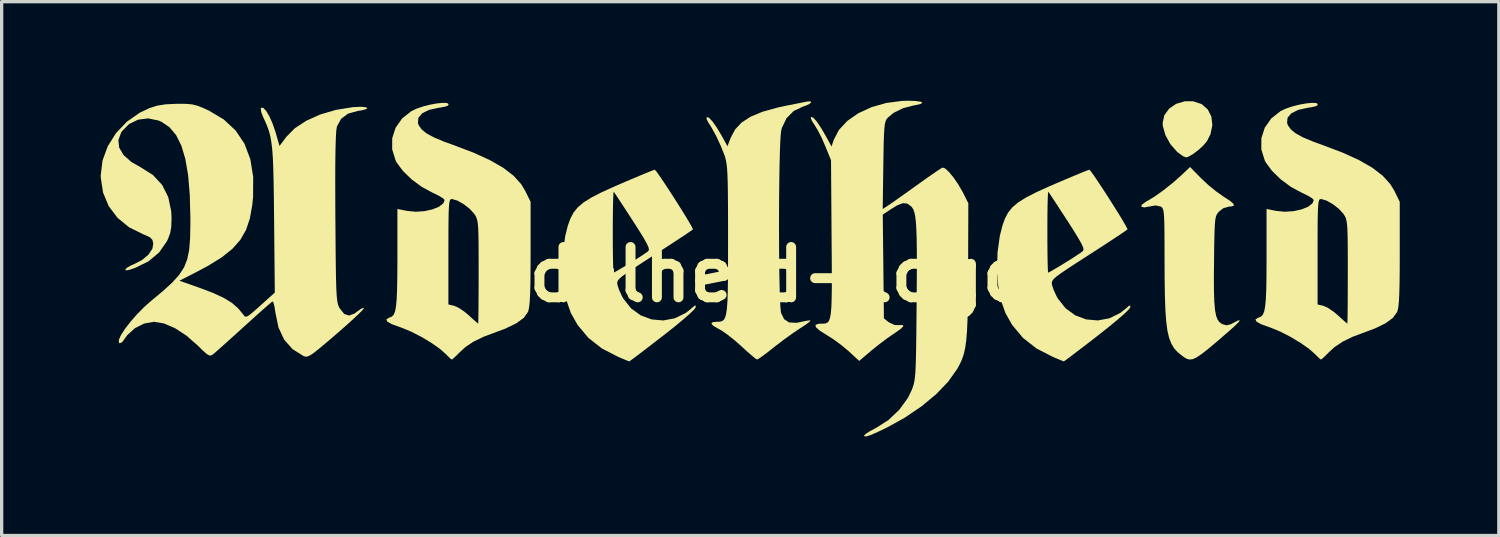
<source format=kicad_pcb>
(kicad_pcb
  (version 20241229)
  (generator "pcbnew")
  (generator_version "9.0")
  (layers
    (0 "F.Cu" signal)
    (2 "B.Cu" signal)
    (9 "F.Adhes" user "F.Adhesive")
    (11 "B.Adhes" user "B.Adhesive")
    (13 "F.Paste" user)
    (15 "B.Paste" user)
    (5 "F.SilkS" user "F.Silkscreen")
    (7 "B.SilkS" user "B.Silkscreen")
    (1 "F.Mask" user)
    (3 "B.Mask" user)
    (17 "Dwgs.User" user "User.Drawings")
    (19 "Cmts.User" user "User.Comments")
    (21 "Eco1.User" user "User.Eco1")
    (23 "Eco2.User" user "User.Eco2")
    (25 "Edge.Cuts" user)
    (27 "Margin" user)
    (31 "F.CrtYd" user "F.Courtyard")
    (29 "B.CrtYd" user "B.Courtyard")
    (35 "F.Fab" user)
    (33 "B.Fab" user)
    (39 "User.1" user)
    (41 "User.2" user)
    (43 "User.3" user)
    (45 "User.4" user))
  (footprint "adelheid-logo"
    (layer "F.Cu")
    (at 19.851 5.263)
    (property "Reference" "adelheid-logo" (at 0 0 0) (layer "F.SilkS") (effects (font (size 1.524 1.524) (thickness 0.3))))
    (attr through_hole)
    (fp_poly (pts (xy 13.479 -5.162) (xy 13.664 -5.002) (xy 13.775 -4.783) (xy 13.806 -4.526) (xy 13.749 -4.251) (xy 13.64 -4.036) (xy 13.531 -3.906) (xy 13.379 -3.768) (xy 13.215 -3.645) (xy 13.074 -3.565) (xy 13.008 -3.547) (xy 12.922 -3.582) (xy 12.794 -3.672) (xy 12.734 -3.721) (xy 12.535 -3.948) (xy 12.385 -4.22) (xy 12.307 -4.494) (xy 12.3 -4.59) (xy 12.352 -4.826) (xy 12.496 -5.024) (xy 12.709 -5.169) (xy 12.972 -5.246) (xy 13.227 -5.246)) (stroke (width 0) (type solid)) (fill yes) (layer "F.SilkS"))
    (fp_poly (pts (xy 13.465 -2.915) (xy 13.676 -2.718) (xy 13.914 -2.523) (xy 14.128 -2.371) (xy 14.137 -2.365) (xy 14.342 -2.231) (xy 14.446 -2.139) (xy 14.454 -2.084) (xy 14.367 -2.061) (xy 14.312 -2.059) (xy 14.134 -2.008) (xy 14.011 -1.912) (xy 13.968 -1.863) (xy 13.934 -1.81) (xy 13.909 -1.739) (xy 13.891 -1.635) (xy 13.879 -1.482) (xy 13.87 -1.266) (xy 13.863 -0.971) (xy 13.858 -0.583) (xy 13.856 -0.398) (xy 13.851 0.11) (xy 13.854 0.517) (xy 13.865 0.833) (xy 13.886 1.073) (xy 13.919 1.247) (xy 13.965 1.367) (xy 14.026 1.447) (xy 14.104 1.499) (xy 14.11 1.502) (xy 14.238 1.537) (xy 14.364 1.504) (xy 14.427 1.471) (xy 14.577 1.392) (xy 14.636 1.381) (xy 14.603 1.437) (xy 14.478 1.562) (xy 14.287 1.732) (xy 13.951 2.022) (xy 13.687 2.244) (xy 13.485 2.403) (xy 13.331 2.506) (xy 13.212 2.561) (xy 13.115 2.573) (xy 13.029 2.549) (xy 12.94 2.496) (xy 12.886 2.457) (xy 12.757 2.352) (xy 12.65 2.235) (xy 12.564 2.094) (xy 12.497 1.92) (xy 12.445 1.699) (xy 12.408 1.42) (xy 12.383 1.072) (xy 12.368 0.642) (xy 12.36 0.12) (xy 12.358 -0.413) (xy 12.357 -0.88) (xy 12.355 -1.246) (xy 12.352 -1.524) (xy 12.345 -1.726) (xy 12.334 -1.866) (xy 12.318 -1.957) (xy 12.297 -2.011) (xy 12.269 -2.043) (xy 12.242 -2.06) (xy 12.089 -2.093) (xy 11.914 -2.063) (xy 11.739 -2.033) (xy 11.655 -2.054) (xy 11.67 -2.115) (xy 11.79 -2.204) (xy 11.825 -2.222) (xy 12.049 -2.357) (xy 12.32 -2.549) (xy 12.605 -2.775) (xy 12.871 -3.01) (xy 12.901 -3.038) (xy 13.13 -3.257)) (stroke (width 0) (type solid)) (fill yes) (layer "F.SilkS"))
    (fp_poly (pts (xy 1.66 -5.217) (xy 1.606 -5.166) (xy 1.49 -5.111) (xy 1.419 -5.089) (xy 1.132 -4.955) (xy 0.913 -4.735) (xy 0.772 -4.441) (xy 0.751 -4.358) (xy 0.736 -4.227) (xy 0.722 -3.998) (xy 0.711 -3.686) (xy 0.701 -3.307) (xy 0.694 -2.874) (xy 0.689 -2.403) (xy 0.686 -1.909) (xy 0.685 -1.405) (xy 0.687 -0.908) (xy 0.69 -0.431) (xy 0.696 0.011) (xy 0.704 0.403) (xy 0.714 0.73) (xy 0.727 0.978) (xy 0.741 1.131) (xy 0.747 1.161) (xy 0.839 1.35) (xy 0.99 1.449) (xy 1.209 1.461) (xy 1.364 1.431) (xy 1.52 1.398) (xy 1.621 1.387) (xy 1.639 1.391) (xy 1.606 1.431) (xy 1.498 1.513) (xy 1.335 1.621) (xy 1.303 1.641) (xy 1.089 1.785) (xy 0.833 1.97) (xy 0.58 2.162) (xy 0.506 2.221) (xy 0.315 2.371) (xy 0.156 2.489) (xy 0.05 2.559) (xy 0.02 2.572) (xy -0.04 2.534) (xy -0.162 2.433) (xy -0.327 2.288) (xy -0.453 2.171) (xy -0.664 1.986) (xy -0.876 1.818) (xy -1.056 1.693) (xy -1.126 1.654) (xy -1.298 1.557) (xy -1.364 1.485) (xy -1.323 1.442) (xy -1.205 1.43) (xy -1.121 1.428) (xy -1.053 1.415) (xy -0.997 1.381) (xy -0.953 1.317) (xy -0.92 1.211) (xy -0.895 1.055) (xy -0.878 0.838) (xy -0.867 0.55) (xy -0.861 0.181) (xy -0.859 -0.279) (xy -0.858 -0.84) (xy -0.858 -1.062) (xy -0.858 -1.635) (xy -0.86 -2.105) (xy -0.863 -2.485) (xy -0.868 -2.786) (xy -0.876 -3.022) (xy -0.887 -3.204) (xy -0.902 -3.344) (xy -0.921 -3.454) (xy -0.944 -3.547) (xy -0.965 -3.611) (xy -1.077 -3.894) (xy -1.217 -4.194) (xy -1.365 -4.464) (xy -1.462 -4.614) (xy -1.511 -4.715) (xy -1.5 -4.769) (xy -1.434 -4.747) (xy -1.329 -4.635) (xy -1.197 -4.448) (xy -1.048 -4.199) (xy -1.026 -4.159) (xy -0.876 -3.885) (xy -0.778 -4.141) (xy -0.645 -4.392) (xy -0.448 -4.603) (xy -0.175 -4.78) (xy 0.183 -4.929) (xy 0.638 -5.056) (xy 0.944 -5.121) (xy 1.176 -5.167) (xy 1.379 -5.207) (xy 1.514 -5.234) (xy 1.53 -5.238) (xy 1.639 -5.246)) (stroke (width 0) (type solid)) (fill yes) (layer "F.SilkS"))
    (fp_poly (pts (xy -3.034 -3.129) (xy -2.944 -3.005) (xy -2.818 -2.819) (xy -2.667 -2.592) (xy -2.505 -2.341) (xy -2.342 -2.085) (xy -2.191 -1.843) (xy -2.063 -1.632) (xy -1.97 -1.472) (xy -1.924 -1.381) (xy -1.922 -1.368) (xy -1.973 -1.329) (xy -2.108 -1.237) (xy -2.311 -1.102) (xy -2.571 -0.932) (xy -2.873 -0.735) (xy -3.09 -0.596) (xy -3.451 -0.363) (xy -3.727 -0.183) (xy -3.929 -0.046) (xy -4.067 0.055) (xy -4.154 0.132) (xy -4.199 0.191) (xy -4.214 0.243) (xy -4.21 0.295) (xy -4.207 0.311) (xy -4.158 0.463) (xy -4.072 0.649) (xy -4.031 0.724) (xy -3.796 1.022) (xy -3.503 1.235) (xy -3.171 1.358) (xy -2.82 1.389) (xy -2.471 1.325) (xy -2.141 1.163) (xy -1.982 1.037) (xy -1.879 0.948) (xy -1.837 0.936) (xy -1.839 0.996) (xy -1.839 0.996) (xy -1.889 1.063) (xy -2.018 1.187) (xy -2.212 1.357) (xy -2.459 1.562) (xy -2.746 1.79) (xy -2.847 1.868) (xy -3.136 2.091) (xy -3.392 2.288) (xy -3.604 2.449) (xy -3.757 2.564) (xy -3.838 2.623) (xy -3.848 2.629) (xy -3.904 2.608) (xy -4.034 2.555) (xy -4.176 2.496) (xy -4.677 2.238) (xy -5.086 1.917) (xy -5.414 1.525) (xy -5.617 1.164) (xy -5.751 0.782) (xy -5.836 0.328) (xy -5.871 -0.169) (xy -5.855 -0.678) (xy -5.787 -1.168) (xy -5.755 -1.297) (xy -4.348 -1.297) (xy -4.347 -0.934) (xy -4.344 -0.613) (xy -4.339 -0.351) (xy -4.333 -0.163) (xy -4.327 -0.067) (xy -4.324 -0.057) (xy -4.268 -0.085) (xy -4.137 -0.161) (xy -3.953 -0.27) (xy -3.823 -0.35) (xy -3.61 -0.483) (xy -3.428 -0.601) (xy -3.305 -0.686) (xy -3.271 -0.714) (xy -3.253 -0.755) (xy -3.268 -0.829) (xy -3.323 -0.948) (xy -3.423 -1.125) (xy -3.577 -1.373) (xy -3.744 -1.633) (xy -3.923 -1.909) (xy -4.081 -2.151) (xy -4.207 -2.342) (xy -4.29 -2.467) (xy -4.32 -2.509) (xy -4.328 -2.463) (xy -4.335 -2.318) (xy -4.341 -2.091) (xy -4.345 -1.797) (xy -4.348 -1.453) (xy -4.348 -1.297) (xy -5.755 -1.297) (xy -5.71 -1.479) (xy -5.632 -1.694) (xy -5.536 -1.876) (xy -5.407 -2.036) (xy -5.231 -2.185) (xy -4.994 -2.333) (xy -4.682 -2.493) (xy -4.281 -2.675) (xy -4.117 -2.746) (xy -3.803 -2.88) (xy -3.525 -2.997) (xy -3.3 -3.09) (xy -3.145 -3.151) (xy -3.078 -3.175) (xy -3.077 -3.175)) (stroke (width 0) (type solid)) (fill yes) (layer "F.SilkS"))
    (fp_poly (pts (xy 10.123 -3.129) (xy 10.214 -3.005) (xy 10.34 -2.819) (xy 10.49 -2.592) (xy 10.653 -2.341) (xy 10.815 -2.085) (xy 10.967 -1.843) (xy 11.095 -1.632) (xy 11.187 -1.472) (xy 11.233 -1.381) (xy 11.236 -1.368) (xy 11.184 -1.329) (xy 11.05 -1.237) (xy 10.846 -1.102) (xy 10.587 -0.932) (xy 10.285 -0.735) (xy 10.068 -0.596) (xy 9.706 -0.363) (xy 9.43 -0.183) (xy 9.229 -0.046) (xy 9.09 0.055) (xy 9.004 0.132) (xy 8.959 0.191) (xy 8.944 0.243) (xy 8.948 0.295) (xy 8.95 0.311) (xy 9 0.463) (xy 9.085 0.649) (xy 9.126 0.724) (xy 9.362 1.022) (xy 9.655 1.235) (xy 9.987 1.358) (xy 10.337 1.389) (xy 10.687 1.325) (xy 11.016 1.163) (xy 11.176 1.037) (xy 11.279 0.948) (xy 11.32 0.936) (xy 11.319 0.996) (xy 11.319 0.996) (xy 11.269 1.063) (xy 11.14 1.187) (xy 10.946 1.357) (xy 10.698 1.562) (xy 10.411 1.79) (xy 10.311 1.868) (xy 10.022 2.091) (xy 9.765 2.288) (xy 9.554 2.449) (xy 9.401 2.564) (xy 9.319 2.623) (xy 9.31 2.629) (xy 9.254 2.608) (xy 9.124 2.555) (xy 8.982 2.496) (xy 8.481 2.238) (xy 8.071 1.917) (xy 7.744 1.525) (xy 7.54 1.164) (xy 7.406 0.782) (xy 7.321 0.328) (xy 7.286 -0.169) (xy 7.302 -0.678) (xy 7.37 -1.168) (xy 7.403 -1.297) (xy 8.81 -1.297) (xy 8.811 -0.934) (xy 8.814 -0.613) (xy 8.818 -0.351) (xy 8.824 -0.163) (xy 8.831 -0.067) (xy 8.834 -0.057) (xy 8.89 -0.085) (xy 9.021 -0.161) (xy 9.204 -0.27) (xy 9.335 -0.35) (xy 9.548 -0.483) (xy 9.729 -0.601) (xy 9.853 -0.686) (xy 9.887 -0.714) (xy 9.905 -0.755) (xy 9.89 -0.829) (xy 9.835 -0.948) (xy 9.734 -1.125) (xy 9.581 -1.373) (xy 9.414 -1.633) (xy 9.234 -1.909) (xy 9.077 -2.151) (xy 8.951 -2.342) (xy 8.867 -2.467) (xy 8.837 -2.509) (xy 8.829 -2.463) (xy 8.822 -2.318) (xy 8.816 -2.091) (xy 8.812 -1.797) (xy 8.81 -1.453) (xy 8.81 -1.297) (xy 7.403 -1.297) (xy 7.448 -1.479) (xy 7.525 -1.694) (xy 7.621 -1.876) (xy 7.75 -2.036) (xy 7.926 -2.185) (xy 8.163 -2.333) (xy 8.475 -2.493) (xy 8.877 -2.675) (xy 9.041 -2.746) (xy 9.355 -2.88) (xy 9.633 -2.997) (xy 9.858 -3.09) (xy 10.012 -3.151) (xy 10.08 -3.175) (xy 10.08 -3.175)) (stroke (width 0) (type solid)) (fill yes) (layer "F.SilkS"))
    (fp_poly (pts (xy -9.37 -5.194) (xy -9.316 -5.162) (xy -9.339 -5.115) (xy -9.412 -5.088) (xy -9.555 -5.059) (xy -9.62 -5.05) (xy -9.912 -4.986) (xy -10.12 -4.882) (xy -10.234 -4.747) (xy -10.248 -4.589) (xy -10.221 -4.517) (xy -10.133 -4.393) (xy -9.988 -4.275) (xy -9.772 -4.157) (xy -9.471 -4.03) (xy -9.174 -3.922) (xy -8.566 -3.692) (xy -8.065 -3.463) (xy -7.662 -3.231) (xy -7.349 -2.99) (xy -7.12 -2.735) (xy -6.999 -2.534) (xy -6.836 -2.202) (xy -6.836 -0.629) (xy -6.838 -0.126) (xy -6.842 0.275) (xy -6.85 0.585) (xy -6.863 0.817) (xy -6.88 0.982) (xy -6.902 1.092) (xy -6.916 1.132) (xy -7.04 1.308) (xy -7.265 1.474) (xy -7.594 1.634) (xy -7.873 1.738) (xy -8.264 1.884) (xy -8.567 2.032) (xy -8.809 2.194) (xy -8.977 2.348) (xy -9.102 2.472) (xy -9.193 2.555) (xy -9.222 2.574) (xy -9.274 2.536) (xy -9.367 2.443) (xy -9.386 2.423) (xy -9.574 2.256) (xy -9.836 2.071) (xy -10.14 1.888) (xy -10.453 1.728) (xy -10.74 1.608) (xy -10.79 1.592) (xy -11.037 1.502) (xy -11.176 1.423) (xy -11.205 1.358) (xy -11.123 1.306) (xy -11.099 1.299) (xy -11.033 1.27) (xy -10.981 1.214) (xy -10.941 1.117) (xy -10.912 0.969) (xy -10.892 0.756) (xy -10.879 0.469) (xy -10.872 0.093) (xy -10.869 -0.382) (xy -10.869 -0.51) (xy -10.869 -0.691) (xy -9.325 -0.691) (xy -9.325 0.906) (xy -9.154 0.944) (xy -9.021 1.002) (xy -8.85 1.116) (xy -8.71 1.232) (xy -8.569 1.361) (xy -8.465 1.452) (xy -8.424 1.485) (xy -8.42 1.431) (xy -8.417 1.277) (xy -8.414 1.038) (xy -8.412 0.728) (xy -8.41 0.363) (xy -8.409 -0.044) (xy -8.409 -0.077) (xy -8.41 -0.541) (xy -8.411 -0.905) (xy -8.415 -1.183) (xy -8.422 -1.39) (xy -8.434 -1.539) (xy -8.451 -1.644) (xy -8.475 -1.721) (xy -8.506 -1.783) (xy -8.54 -1.836) (xy -8.676 -1.987) (xy -8.859 -2.13) (xy -9.051 -2.239) (xy -9.212 -2.287) (xy -9.225 -2.287) (xy -9.254 -2.281) (xy -9.277 -2.252) (xy -9.295 -2.19) (xy -9.307 -2.08) (xy -9.316 -1.911) (xy -9.321 -1.671) (xy -9.324 -1.348) (xy -9.325 -0.928) (xy -9.325 -0.691) (xy -10.869 -0.691) (xy -10.869 -1.986) (xy -10.573 -1.927) (xy -10.315 -1.902) (xy -10.052 -1.92) (xy -9.809 -1.973) (xy -9.609 -2.054) (xy -9.478 -2.157) (xy -9.439 -2.256) (xy -9.488 -2.309) (xy -9.616 -2.387) (xy -9.797 -2.476) (xy -9.815 -2.484) (xy -10.135 -2.657) (xy -10.441 -2.884) (xy -10.703 -3.139) (xy -10.892 -3.394) (xy -10.922 -3.452) (xy -11.027 -3.79) (xy -11.026 -4.128) (xy -10.923 -4.447) (xy -10.725 -4.728) (xy -10.445 -4.949) (xy -10.283 -5.025) (xy -10.085 -5.092) (xy -9.874 -5.145) (xy -9.67 -5.182) (xy -9.495 -5.199)) (stroke (width 0) (type solid)) (fill yes) (layer "F.SilkS"))
    (fp_poly (pts (xy 16.946 -5.194) (xy 16.999 -5.162) (xy 16.976 -5.115) (xy 16.903 -5.088) (xy 16.76 -5.059) (xy 16.695 -5.05) (xy 16.403 -4.986) (xy 16.196 -4.882) (xy 16.081 -4.747) (xy 16.068 -4.589) (xy 16.094 -4.517) (xy 16.183 -4.393) (xy 16.328 -4.275) (xy 16.543 -4.157) (xy 16.845 -4.03) (xy 17.141 -3.922) (xy 17.749 -3.692) (xy 18.251 -3.463) (xy 18.654 -3.231) (xy 18.966 -2.99) (xy 19.195 -2.735) (xy 19.317 -2.534) (xy 19.479 -2.202) (xy 19.479 -0.629) (xy 19.478 -0.126) (xy 19.473 0.275) (xy 19.465 0.585) (xy 19.453 0.817) (xy 19.436 0.982) (xy 19.413 1.092) (xy 19.4 1.132) (xy 19.275 1.308) (xy 19.051 1.474) (xy 18.722 1.634) (xy 18.442 1.738) (xy 18.051 1.884) (xy 17.748 2.032) (xy 17.507 2.194) (xy 17.338 2.348) (xy 17.213 2.472) (xy 17.122 2.555) (xy 17.093 2.574) (xy 17.042 2.536) (xy 16.948 2.443) (xy 16.929 2.423) (xy 16.742 2.256) (xy 16.479 2.071) (xy 16.175 1.888) (xy 15.863 1.728) (xy 15.575 1.608) (xy 15.525 1.592) (xy 15.278 1.502) (xy 15.139 1.423) (xy 15.11 1.358) (xy 15.193 1.306) (xy 15.216 1.299) (xy 15.282 1.27) (xy 15.334 1.214) (xy 15.374 1.117) (xy 15.403 0.969) (xy 15.424 0.756) (xy 15.437 0.469) (xy 15.443 0.093) (xy 15.446 -0.382) (xy 15.446 -0.51) (xy 15.446 -0.691) (xy 16.991 -0.691) (xy 16.991 0.906) (xy 17.161 0.944) (xy 17.294 1.002) (xy 17.465 1.116) (xy 17.605 1.232) (xy 17.746 1.361) (xy 17.85 1.452) (xy 17.892 1.485) (xy 17.895 1.431) (xy 17.899 1.277) (xy 17.902 1.038) (xy 17.904 0.728) (xy 17.905 0.363) (xy 17.906 -0.044) (xy 17.906 -0.077) (xy 17.906 -0.541) (xy 17.904 -0.905) (xy 17.9 -1.183) (xy 17.893 -1.39) (xy 17.881 -1.539) (xy 17.864 -1.644) (xy 17.841 -1.721) (xy 17.809 -1.783) (xy 17.775 -1.836) (xy 17.639 -1.987) (xy 17.456 -2.13) (xy 17.264 -2.239) (xy 17.103 -2.287) (xy 17.091 -2.287) (xy 17.061 -2.281) (xy 17.038 -2.252) (xy 17.021 -2.19) (xy 17.008 -2.08) (xy 17 -1.911) (xy 16.994 -1.671) (xy 16.992 -1.348) (xy 16.991 -0.928) (xy 16.991 -0.691) (xy 15.446 -0.691) (xy 15.446 -1.986) (xy 15.742 -1.927) (xy 16 -1.902) (xy 16.263 -1.92) (xy 16.506 -1.973) (xy 16.706 -2.054) (xy 16.837 -2.157) (xy 16.876 -2.256) (xy 16.827 -2.309) (xy 16.699 -2.387) (xy 16.518 -2.476) (xy 16.5 -2.484) (xy 16.18 -2.657) (xy 15.874 -2.884) (xy 15.612 -3.139) (xy 15.424 -3.394) (xy 15.393 -3.452) (xy 15.288 -3.79) (xy 15.29 -4.128) (xy 15.392 -4.447) (xy 15.59 -4.728) (xy 15.87 -4.949) (xy 16.033 -5.025) (xy 16.23 -5.092) (xy 16.442 -5.145) (xy 16.646 -5.182) (xy 16.821 -5.199)) (stroke (width 0) (type solid)) (fill yes) (layer "F.SilkS"))
    (fp_poly (pts (xy 4.829 -5.255) (xy 4.977 -5.233) (xy 5.026 -5.202) (xy 4.972 -5.166) (xy 4.81 -5.128) (xy 4.764 -5.121) (xy 4.437 -5.036) (xy 4.152 -4.895) (xy 3.976 -4.748) (xy 3.939 -4.701) (xy 3.911 -4.639) (xy 3.889 -4.549) (xy 3.874 -4.415) (xy 3.863 -4.222) (xy 3.854 -3.954) (xy 3.848 -3.598) (xy 3.843 -3.303) (xy 3.825 -1.984) (xy 3.986 -2.09) (xy 4.089 -2.16) (xy 4.264 -2.282) (xy 4.489 -2.442) (xy 4.744 -2.624) (xy 4.855 -2.704) (xy 5.106 -2.883) (xy 5.328 -3.038) (xy 5.502 -3.157) (xy 5.611 -3.227) (xy 5.634 -3.24) (xy 5.713 -3.214) (xy 5.83 -3.107) (xy 5.968 -2.94) (xy 6.11 -2.733) (xy 6.242 -2.506) (xy 6.262 -2.467) (xy 6.417 -2.159) (xy 6.41 -0.122) (xy 6.407 0.479) (xy 6.401 0.978) (xy 6.391 1.388) (xy 6.376 1.722) (xy 6.354 1.992) (xy 6.323 2.212) (xy 6.283 2.395) (xy 6.231 2.552) (xy 6.167 2.697) (xy 6.089 2.842) (xy 6.078 2.86) (xy 5.808 3.241) (xy 5.441 3.624) (xy 4.993 3.995) (xy 4.481 4.34) (xy 3.976 4.619) (xy 3.675 4.765) (xy 3.464 4.857) (xy 3.331 4.9) (xy 3.269 4.895) (xy 3.261 4.874) (xy 3.308 4.825) (xy 3.434 4.744) (xy 3.611 4.649) (xy 3.628 4.64) (xy 3.997 4.405) (xy 4.325 4.095) (xy 4.585 3.738) (xy 4.7 3.504) (xy 4.733 3.418) (xy 4.76 3.333) (xy 4.782 3.237) (xy 4.799 3.118) (xy 4.813 2.965) (xy 4.823 2.764) (xy 4.831 2.504) (xy 4.837 2.172) (xy 4.843 1.757) (xy 4.848 1.247) (xy 4.851 0.915) (xy 4.856 0.269) (xy 4.859 -0.273) (xy 4.858 -0.72) (xy 4.853 -1.083) (xy 4.843 -1.371) (xy 4.829 -1.594) (xy 4.809 -1.763) (xy 4.782 -1.886) (xy 4.75 -1.975) (xy 4.71 -2.038) (xy 4.686 -2.064) (xy 4.567 -2.15) (xy 4.435 -2.162) (xy 4.266 -2.097) (xy 4.097 -1.995) (xy 3.826 -1.815) (xy 3.844 -0.245) (xy 3.861 1.326) (xy 4.002 1.44) (xy 4.188 1.528) (xy 4.303 1.531) (xy 4.426 1.526) (xy 4.449 1.563) (xy 4.37 1.645) (xy 4.189 1.773) (xy 4.154 1.795) (xy 3.954 1.933) (xy 3.718 2.111) (xy 3.494 2.291) (xy 3.479 2.304) (xy 3.113 2.615) (xy 2.797 2.323) (xy 2.577 2.138) (xy 2.324 1.953) (xy 2.129 1.831) (xy 1.913 1.694) (xy 1.8 1.591) (xy 1.791 1.521) (xy 1.888 1.489) (xy 1.941 1.487) (xy 2.025 1.487) (xy 2.094 1.479) (xy 2.151 1.455) (xy 2.195 1.403) (xy 2.229 1.314) (xy 2.253 1.179) (xy 2.27 0.988) (xy 2.279 0.729) (xy 2.284 0.395) (xy 2.284 -0.025) (xy 2.281 -0.542) (xy 2.277 -1.08) (xy 2.26 -3.461) (xy 2.079 -3.906) (xy 1.975 -4.143) (xy 1.862 -4.364) (xy 1.764 -4.527) (xy 1.75 -4.546) (xy 1.671 -4.671) (xy 1.646 -4.758) (xy 1.654 -4.774) (xy 1.722 -4.751) (xy 1.829 -4.632) (xy 1.968 -4.424) (xy 2.119 -4.163) (xy 2.275 -3.877) (xy 2.341 -4.075) (xy 2.499 -4.38) (xy 2.753 -4.652) (xy 3.087 -4.885) (xy 3.486 -5.069) (xy 3.933 -5.196) (xy 4.413 -5.258) (xy 4.589 -5.263)) (stroke (width 0) (type solid)) (fill yes) (layer "F.SilkS"))
    (fp_poly (pts (xy -17.274 -5.169) (xy -17.084 -5.152) (xy -16.918 -5.111) (xy -16.731 -5.036) (xy -16.578 -4.965) (xy -16.126 -4.696) (xy -15.766 -4.361) (xy -15.498 -3.96) (xy -15.321 -3.491) (xy -15.235 -2.953) (xy -15.239 -2.346) (xy -15.263 -2.107) (xy -15.335 -1.7) (xy -15.452 -1.352) (xy -15.625 -1.05) (xy -15.866 -0.778) (xy -16.187 -0.521) (xy -16.601 -0.265) (xy -16.9 -0.105) (xy -17.469 0.187) (xy -16.863 0.4) (xy -16.45 0.556) (xy -16.13 0.704) (xy -15.883 0.855) (xy -15.691 1.022) (xy -15.54 1.206) (xy -15.498 1.26) (xy -15.454 1.278) (xy -15.389 1.253) (xy -15.286 1.175) (xy -15.125 1.035) (xy -15.017 0.938) (xy -14.581 0.546) (xy -14.602 -1.658) (xy -14.608 -2.26) (xy -14.616 -2.76) (xy -14.626 -3.172) (xy -14.639 -3.509) (xy -14.658 -3.782) (xy -14.684 -4.005) (xy -14.717 -4.19) (xy -14.76 -4.351) (xy -14.814 -4.501) (xy -14.879 -4.652) (xy -14.931 -4.762) (xy -14.993 -4.921) (xy -15.005 -5.029) (xy -14.996 -5.05) (xy -14.931 -5.048) (xy -14.844 -4.956) (xy -14.746 -4.792) (xy -14.649 -4.574) (xy -14.562 -4.323) (xy -14.558 -4.309) (xy -14.438 -3.893) (xy -14.234 -4.167) (xy -13.977 -4.428) (xy -13.628 -4.657) (xy -13.207 -4.846) (xy -12.735 -4.985) (xy -12.23 -5.067) (xy -12.21 -5.069) (xy -11.985 -5.08) (xy -11.839 -5.069) (xy -11.778 -5.044) (xy -11.811 -5.01) (xy -11.947 -4.973) (xy -12.064 -4.955) (xy -12.362 -4.873) (xy -12.573 -4.716) (xy -12.699 -4.484) (xy -12.702 -4.473) (xy -12.72 -4.356) (xy -12.733 -4.133) (xy -12.743 -3.804) (xy -12.749 -3.365) (xy -12.751 -2.816) (xy -12.749 -2.156) (xy -12.747 -1.716) (xy -12.742 -1.109) (xy -12.738 -0.605) (xy -12.733 -0.195) (xy -12.727 0.133) (xy -12.72 0.39) (xy -12.71 0.586) (xy -12.698 0.731) (xy -12.683 0.837) (xy -12.664 0.915) (xy -12.641 0.974) (xy -12.614 1.026) (xy -12.611 1.03) (xy -12.479 1.192) (xy -12.334 1.241) (xy -12.166 1.179) (xy -12.083 1.117) (xy -11.968 1.035) (xy -11.892 1.008) (xy -11.881 1.014) (xy -11.914 1.063) (xy -12.022 1.174) (xy -12.192 1.335) (xy -12.411 1.533) (xy -12.667 1.758) (xy -12.71 1.795) (xy -13.004 2.047) (xy -13.225 2.232) (xy -13.385 2.36) (xy -13.5 2.439) (xy -13.581 2.478) (xy -13.642 2.486) (xy -13.697 2.472) (xy -13.716 2.464) (xy -14.047 2.255) (xy -14.298 1.969) (xy -14.47 1.601) (xy -14.562 1.156) (xy -14.59 0.974) (xy -14.621 0.85) (xy -14.648 0.813) (xy -14.703 0.855) (xy -14.828 0.962) (xy -15.01 1.122) (xy -15.235 1.324) (xy -15.488 1.553) (xy -15.51 1.573) (xy -15.772 1.811) (xy -16.012 2.027) (xy -16.214 2.208) (xy -16.363 2.339) (xy -16.443 2.408) (xy -16.444 2.409) (xy -16.504 2.448) (xy -16.563 2.45) (xy -16.641 2.406) (xy -16.759 2.301) (xy -16.924 2.139) (xy -17.262 1.844) (xy -17.606 1.621) (xy -17.939 1.479) (xy -18.239 1.43) (xy -18.536 1.482) (xy -18.818 1.624) (xy -19.048 1.834) (xy -19.109 1.92) (xy -19.205 2.049) (xy -19.274 2.079) (xy -19.298 2.063) (xy -19.304 1.981) (xy -19.241 1.837) (xy -19.12 1.649) (xy -18.954 1.434) (xy -18.758 1.208) (xy -18.543 0.99) (xy -18.331 0.801) (xy -17.968 0.499) (xy -17.687 0.243) (xy -17.478 0.012) (xy -17.329 -0.217) (xy -17.231 -0.464) (xy -17.173 -0.751) (xy -17.145 -1.101) (xy -17.137 -1.535) (xy -17.137 -1.716) (xy -17.155 -2.414) (xy -17.205 -3.008) (xy -17.29 -3.503) (xy -17.411 -3.906) (xy -17.57 -4.224) (xy -17.771 -4.462) (xy -18.014 -4.626) (xy -18.104 -4.665) (xy -18.415 -4.728) (xy -18.719 -4.69) (xy -18.991 -4.559) (xy -19.206 -4.342) (xy -19.232 -4.303) (xy -19.317 -4.072) (xy -19.292 -3.842) (xy -19.16 -3.619) (xy -18.926 -3.411) (xy -18.64 -3.247) (xy -18.269 -3.013) (xy -17.991 -2.713) (xy -17.807 -2.347) (xy -17.717 -1.917) (xy -17.707 -1.716) (xy -17.715 -1.453) (xy -17.748 -1.255) (xy -17.816 -1.074) (xy -17.847 -1.01) (xy -18.082 -0.671) (xy -18.404 -0.401) (xy -18.817 -0.199) (xy -18.978 -0.145) (xy -19.086 -0.126) (xy -19.108 -0.152) (xy -19.056 -0.206) (xy -18.942 -0.273) (xy -18.86 -0.308) (xy -18.603 -0.438) (xy -18.406 -0.604) (xy -18.287 -0.784) (xy -18.26 -0.938) (xy -18.286 -1.049) (xy -18.354 -1.124) (xy -18.495 -1.192) (xy -18.555 -1.215) (xy -18.991 -1.43) (xy -19.344 -1.719) (xy -19.609 -2.071) (xy -19.78 -2.48) (xy -19.85 -2.935) (xy -19.851 -3.01) (xy -19.796 -3.457) (xy -19.638 -3.886) (xy -19.39 -4.281) (xy -19.063 -4.625) (xy -18.669 -4.901) (xy -18.372 -5.041) (xy -18.139 -5.115) (xy -17.883 -5.155) (xy -17.561 -5.17) (xy -17.534 -5.171)) (stroke (width 0) (type solid)) (fill yes) (layer "F.SilkS")))
  (gr_rect
    (start -3 -3)
    (end 42.33 13.163)
    (stroke (width 0.1) (type default))
    (fill no)
    (layer "Edge.Cuts")))
</source>
